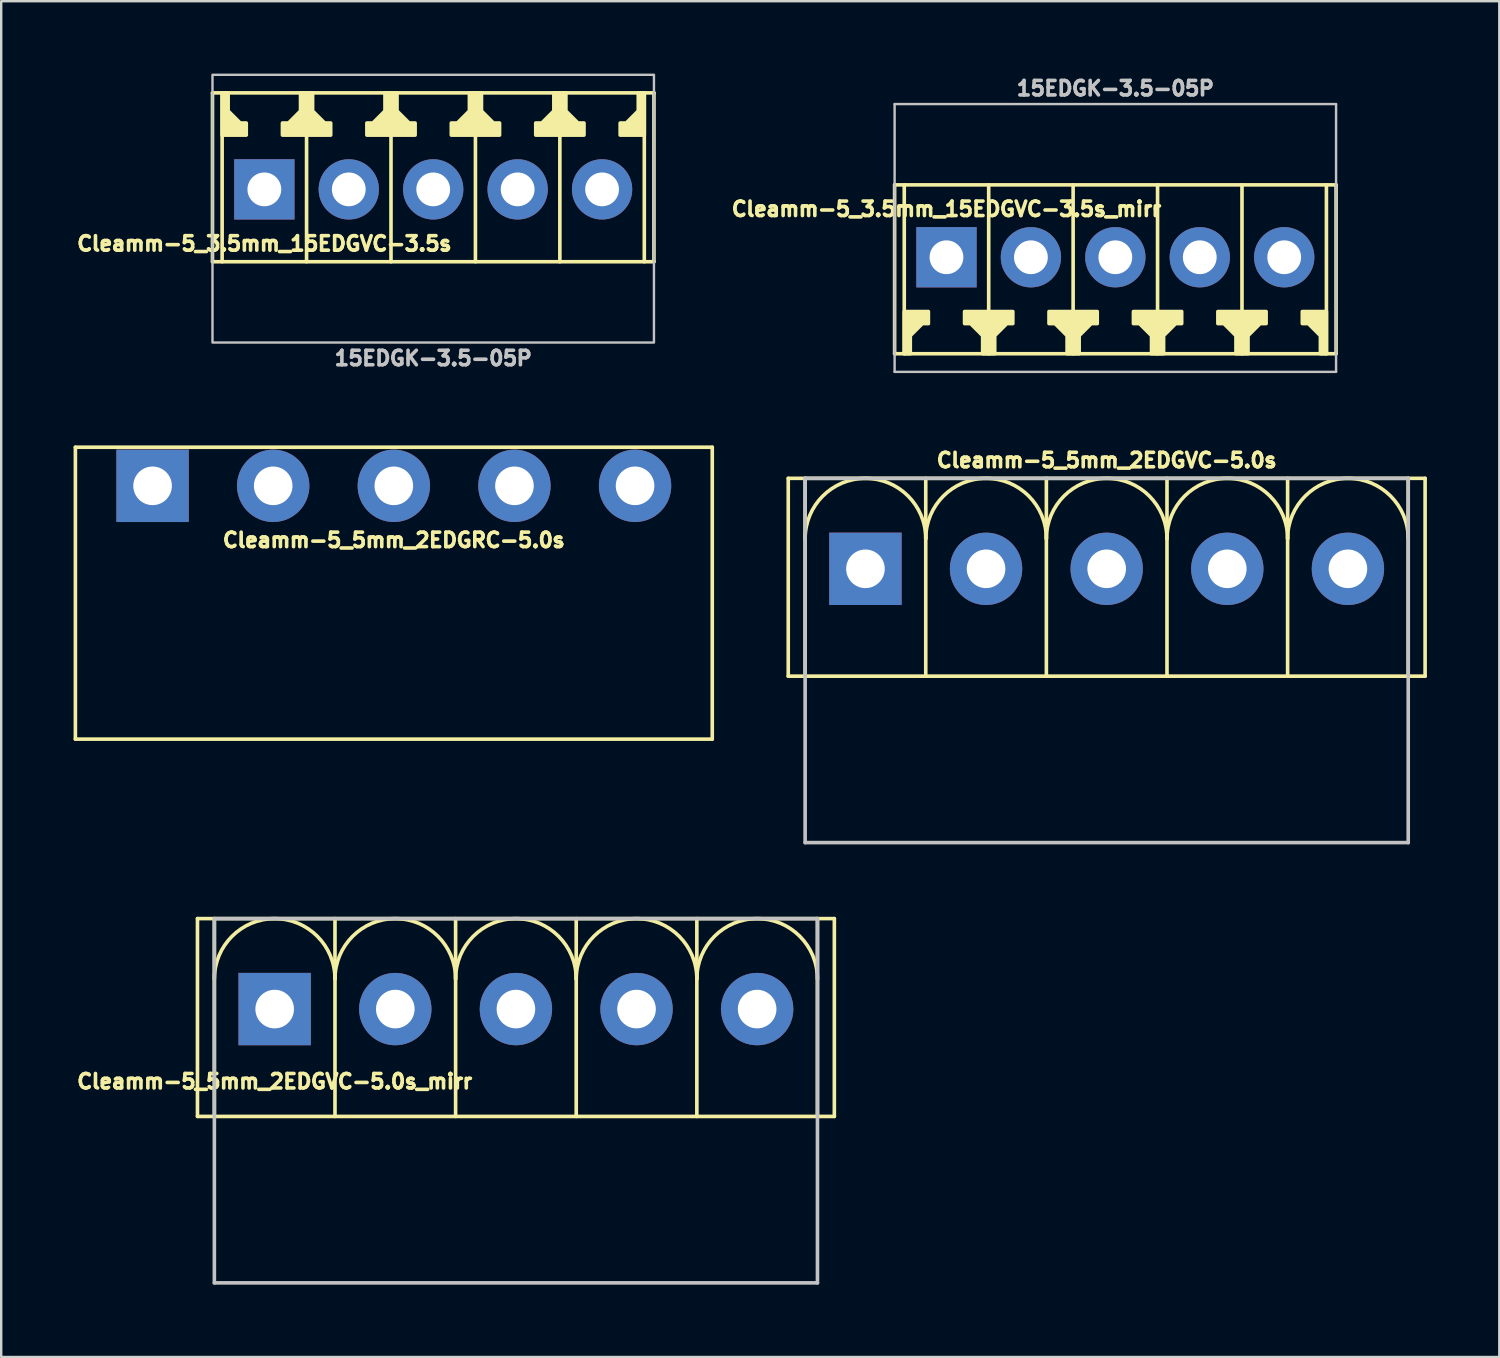
<source format=kicad_pcb>
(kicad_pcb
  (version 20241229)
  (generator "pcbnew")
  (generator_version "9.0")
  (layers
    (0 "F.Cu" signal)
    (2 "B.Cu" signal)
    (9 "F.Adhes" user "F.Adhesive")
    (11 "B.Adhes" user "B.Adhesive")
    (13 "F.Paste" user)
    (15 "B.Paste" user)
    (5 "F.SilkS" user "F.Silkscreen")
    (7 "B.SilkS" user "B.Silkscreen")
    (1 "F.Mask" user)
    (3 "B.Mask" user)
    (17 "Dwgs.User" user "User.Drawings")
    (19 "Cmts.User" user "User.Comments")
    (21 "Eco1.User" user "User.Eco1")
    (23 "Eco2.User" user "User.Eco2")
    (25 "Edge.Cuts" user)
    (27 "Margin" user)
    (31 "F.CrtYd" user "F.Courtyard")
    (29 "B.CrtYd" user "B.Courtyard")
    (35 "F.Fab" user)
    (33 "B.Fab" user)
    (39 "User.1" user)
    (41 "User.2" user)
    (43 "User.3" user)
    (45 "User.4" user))
  (footprint "Cleamm-5_5mm_2EDGRC-5.0s"
    (layer "F.Cu")
    (at 13.275 17.089)
    (property "Reference" "Cleamm-5_5mm_2EDGRC-5.0s" (at 0 2.25 180) (layer "F.SilkS") (effects (font (size 0.6 0.6) (thickness 0.15))))
    (attr through_hole)
    (fp_line (start -13.2 -1.6) (end -13.2 10.5) (stroke (width 0.15) (type solid)) (layer "F.SilkS"))
    (fp_line (start 13.2 -1.6) (end -13.2 -1.6) (stroke (width 0.15) (type solid)) (layer "F.SilkS"))
    (fp_line (start 13.2 -1.6) (end 13.2 10.5) (stroke (width 0.15) (type solid)) (layer "F.SilkS"))
    (fp_line (start 13.2 10.5) (end -13.2 10.5) (stroke (width 0.15) (type solid)) (layer "F.SilkS"))
    (pad "1" thru_hole rect (at -10 0) (size 3 3) (drill 1.6) (layers "*.Cu" "*.Mask"))
    (pad "2" thru_hole circle (at -5 0) (size 3 3) (drill 1.6) (layers "*.Cu" "*.Mask"))
    (pad "3" thru_hole circle (at 0 0) (size 3 3) (drill 1.6) (layers "*.Cu" "*.Mask"))
    (pad "4" thru_hole circle (at 5 0) (size 3 3) (drill 1.6) (layers "*.Cu" "*.Mask"))
    (pad "5" thru_hole circle (at 10 0) (size 3 3) (drill 1.6) (layers "*.Cu" "*.Mask")))
  (footprint "Cleamm-5_3.5mm_15EDGVC-3.5s"
    (layer "F.Cu")
    (at 14.908 4.8)
    (property "Reference" "Cleamm-5_3.5mm_15EDGVC-3.5s" (at -7 2.25 0) (layer "F.SilkS") (effects (font (size 0.6 0.6) (thickness 0.15))))
    (attr through_hole)
    (fp_line (start -9.15 -4) (end 9.15 -4) (stroke (width 0.15) (type default)) (layer "F.SilkS"))
    (fp_line (start -9.15 3) (end -9.15 -4) (stroke (width 0.15) (type default)) (layer "F.SilkS"))
    (fp_line (start -9.15 3) (end 9.15 3) (stroke (width 0.15) (type default)) (layer "F.SilkS"))
    (fp_line (start -8.75 -4) (end -8.75 3) (stroke (width 0.15) (type solid)) (layer "F.SilkS"))
    (fp_line (start -5.25 -4) (end -5.25 3) (stroke (width 0.15) (type solid)) (layer "F.SilkS"))
    (fp_line (start -1.75 3) (end -1.75 -4) (stroke (width 0.15) (type solid)) (layer "F.SilkS"))
    (fp_line (start 1.75 3) (end 1.75 -4) (stroke (width 0.15) (type solid)) (layer "F.SilkS"))
    (fp_line (start 5.25 -4) (end 5.25 3) (stroke (width 0.15) (type solid)) (layer "F.SilkS"))
    (fp_line (start 8.75 3) (end 8.75 -4) (stroke (width 0.15) (type solid)) (layer "F.SilkS"))
    (fp_line (start 9.15 -4) (end 9.15 3) (stroke (width 0.15) (type default)) (layer "F.SilkS"))
    (fp_poly (pts (xy -8.75 -2.25) (xy -7.75 -2.25) (xy -7.75 -2.75) (xy -8 -2.75) (xy -8.5 -3.25) (xy -8.5 -4) (xy -8.75 -4)) (stroke (width 0.15) (type solid)) (fill yes) (layer "F.SilkS"))
    (fp_poly (pts (xy 8.75 -2.25) (xy 7.75 -2.25) (xy 7.75 -2.75) (xy 8 -2.75) (xy 8.5 -3.25) (xy 8.5 -4) (xy 8.75 -4)) (stroke (width 0.15) (type solid)) (fill yes) (layer "F.SilkS"))
    (fp_poly (pts (xy -5.5 -4) (xy -5.5 -3.25) (xy -6 -2.75) (xy -6.25 -2.75) (xy -6.25 -2.25) (xy -4.25 -2.25) (xy -4.25 -2.75) (xy -4.5 -2.75) (xy -5 -3.25) (xy -5 -4)) (stroke (width 0.15) (type solid)) (fill yes) (layer "F.SilkS"))
    (fp_poly (pts (xy -2 -4) (xy -2 -3.25) (xy -2.5 -2.75) (xy -2.75 -2.75) (xy -2.75 -2.25) (xy -0.75 -2.25) (xy -0.75 -2.75) (xy -1 -2.75) (xy -1.5 -3.25) (xy -1.5 -4)) (stroke (width 0.15) (type solid)) (fill yes) (layer "F.SilkS"))
    (fp_poly (pts (xy 1.5 -4) (xy 1.5 -3.25) (xy 1 -2.75) (xy 0.75 -2.75) (xy 0.75 -2.25) (xy 2.75 -2.25) (xy 2.75 -2.75) (xy 2.5 -2.75) (xy 2 -3.25) (xy 2 -4)) (stroke (width 0.15) (type solid)) (fill yes) (layer "F.SilkS"))
    (fp_poly (pts (xy 5 -4) (xy 5 -3.25) (xy 4.5 -2.75) (xy 4.25 -2.75) (xy 4.25 -2.25) (xy 6.25 -2.25) (xy 6.25 -2.75) (xy 6 -2.75) (xy 5.5 -3.25) (xy 5.5 -4)) (stroke (width 0.15) (type solid)) (fill yes) (layer "F.SilkS"))
    (fp_rect (start -9.15 6.35) (end 9.15 -4.75) (stroke (width 0.1) (type default)) (fill no) (layer "Dwgs.User"))
    (fp_text user "15EDGK-3.5-05P" (at 0 7 0) (layer "Dwgs.User") (effects (font (size 0.6 0.6) (thickness 0.15))))
    (pad "1" thru_hole rect (at -7 0) (size 2.5 2.5) (drill 1.4) (layers "*.Cu" "*.Mask"))
    (pad "2" thru_hole circle (at -3.5 0) (size 2.5 2.5) (drill 1.4) (layers "*.Cu" "*.Mask"))
    (pad "3" thru_hole circle (at 0 0) (size 2.5 2.5) (drill 1.4) (layers "*.Cu" "*.Mask"))
    (pad "4" thru_hole circle (at 3.5 0) (size 2.5 2.5) (drill 1.4) (layers "*.Cu" "*.Mask"))
    (pad "5" thru_hole circle (at 7 0) (size 2.5 2.5) (drill 1.4) (layers "*.Cu" "*.Mask")))
  (footprint "Cleamm-5_5mm_2EDGVC-5.0s_mirr"
    (layer "F.Cu")
    (at 18.336 38.779)
    (property "Reference" "Cleamm-5_5mm_2EDGVC-5.0s_mirr" (at -10 3 0) (layer "F.SilkS") (effects (font (size 0.6 0.6) (thickness 0.15))))
    (attr through_hole)
    (fp_line (start -13.2 -3.75) (end -13.2 4.45) (stroke (width 0.15) (type solid)) (layer "F.SilkS"))
    (fp_line (start -12.5 -3.75) (end -12.5 4.45) (stroke (width 0.15) (type solid)) (layer "F.SilkS"))
    (fp_line (start -7.5 -3.75) (end -7.5 4.45) (stroke (width 0.15) (type solid)) (layer "F.SilkS"))
    (fp_line (start -2.5 4.45) (end -2.5 -3.75) (stroke (width 0.15) (type solid)) (layer "F.SilkS"))
    (fp_line (start 2.5 -3.75) (end 2.5 4.45) (stroke (width 0.15) (type solid)) (layer "F.SilkS"))
    (fp_line (start 7.5 4.45) (end 7.5 -3.75) (stroke (width 0.15) (type solid)) (layer "F.SilkS"))
    (fp_line (start 12.5 4.45) (end 12.5 -3.75) (stroke (width 0.15) (type solid)) (layer "F.SilkS"))
    (fp_line (start 13.2 -3.75) (end -13.2 -3.75) (stroke (width 0.15) (type solid)) (layer "F.SilkS"))
    (fp_line (start 13.2 -3.75) (end 13.2 4.45) (stroke (width 0.15) (type solid)) (layer "F.SilkS"))
    (fp_line (start 13.2 4.45) (end -13.2 4.45) (stroke (width 0.15) (type solid)) (layer "F.SilkS"))
    (fp_arc (start -12.5 -1.25) (mid -10 -3.75) (end -7.5 -1.25) (stroke (width 0.15) (type solid)) (layer "F.SilkS"))
    (fp_arc (start -7.5 -1.25) (mid -5 -3.75) (end -2.5 -1.25) (stroke (width 0.15) (type solid)) (layer "F.SilkS"))
    (fp_arc (start -2.5 -1.25) (mid 0 -3.75) (end 2.5 -1.25) (stroke (width 0.15) (type solid)) (layer "F.SilkS"))
    (fp_arc (start 2.5 -1.25) (mid 5 -3.75) (end 7.5 -1.25) (stroke (width 0.15) (type solid)) (layer "F.SilkS"))
    (fp_arc (start 7.5 -1.25) (mid 10 -3.75) (end 12.5 -1.25) (stroke (width 0.15) (type solid)) (layer "F.SilkS"))
    (fp_line (start -12.5 -3.75) (end -12.5 11.35) (stroke (width 0.15) (type solid)) (layer "Dwgs.User"))
    (fp_line (start -12.5 -3.75) (end 12.5 -3.75) (stroke (width 0.15) (type solid)) (layer "Dwgs.User"))
    (fp_line (start 12.5 11.35) (end -12.5 11.35) (stroke (width 0.15) (type solid)) (layer "Dwgs.User"))
    (fp_line (start 12.5 11.35) (end 12.5 -3.75) (stroke (width 0.15) (type solid)) (layer "Dwgs.User"))
    (pad "1" thru_hole rect (at -10 0) (size 3 3) (drill 1.6) (layers "*.Cu" "*.Mask"))
    (pad "2" thru_hole circle (at -5 0) (size 3 3) (drill 1.6) (layers "*.Cu" "*.Mask"))
    (pad "3" thru_hole circle (at 0 0) (size 3 3) (drill 1.6) (layers "*.Cu" "*.Mask"))
    (pad "4" thru_hole circle (at 5 0) (size 3 3) (drill 1.6) (layers "*.Cu" "*.Mask"))
    (pad "5" thru_hole circle (at 10 0) (size 3 3) (drill 1.6) (layers "*.Cu" "*.Mask")))
  (footprint "Cleamm-5_3.5mm_15EDGVC-3.5s_mirr"
    (layer "F.Cu")
    (at 43.184 7.614)
    (property "Reference" "Cleamm-5_3.5mm_15EDGVC-3.5s_mirr" (at -7 -2 0) (layer "F.SilkS") (effects (font (size 0.6 0.6) (thickness 0.15))))
    (attr through_hole)
    (fp_line (start -9.15 -3) (end 9.15 -3) (stroke (width 0.15) (type default)) (layer "F.SilkS"))
    (fp_line (start -9.15 4) (end -9.15 -3) (stroke (width 0.15) (type default)) (layer "F.SilkS"))
    (fp_line (start -8.75 -3) (end -8.75 4) (stroke (width 0.15) (type solid)) (layer "F.SilkS"))
    (fp_line (start -5.25 4) (end -5.25 -3) (stroke (width 0.15) (type solid)) (layer "F.SilkS"))
    (fp_line (start -1.75 -3) (end -1.75 4) (stroke (width 0.15) (type solid)) (layer "F.SilkS"))
    (fp_line (start 1.75 -3) (end 1.75 4) (stroke (width 0.15) (type solid)) (layer "F.SilkS"))
    (fp_line (start 5.25 4) (end 5.25 -3) (stroke (width 0.15) (type solid)) (layer "F.SilkS"))
    (fp_line (start 8.75 4) (end 8.75 -3) (stroke (width 0.15) (type solid)) (layer "F.SilkS"))
    (fp_line (start 9.15 -3) (end 9.15 4) (stroke (width 0.15) (type default)) (layer "F.SilkS"))
    (fp_line (start 9.15 4) (end -9.15 4) (stroke (width 0.15) (type default)) (layer "F.SilkS"))
    (fp_poly (pts (xy -8.75 2.25) (xy -7.75 2.25) (xy -7.75 2.75) (xy -8 2.75) (xy -8.5 3.25) (xy -8.5 4) (xy -8.75 4)) (stroke (width 0.15) (type solid)) (fill yes) (layer "F.SilkS"))
    (fp_poly (pts (xy 8.75 2.25) (xy 7.75 2.25) (xy 7.75 2.75) (xy 8 2.75) (xy 8.5 3.25) (xy 8.5 4) (xy 8.75 4)) (stroke (width 0.15) (type solid)) (fill yes) (layer "F.SilkS"))
    (fp_poly (pts (xy -5 4) (xy -5 3.25) (xy -4.5 2.75) (xy -4.25 2.75) (xy -4.25 2.25) (xy -6.25 2.25) (xy -6.25 2.75) (xy -6 2.75) (xy -5.5 3.25) (xy -5.5 4)) (stroke (width 0.15) (type solid)) (fill yes) (layer "F.SilkS"))
    (fp_poly (pts (xy -1.5 4) (xy -1.5 3.25) (xy -1 2.75) (xy -0.75 2.75) (xy -0.75 2.25) (xy -2.75 2.25) (xy -2.75 2.75) (xy -2.5 2.75) (xy -2 3.25) (xy -2 4)) (stroke (width 0.15) (type solid)) (fill yes) (layer "F.SilkS"))
    (fp_poly (pts (xy 2 4) (xy 2 3.25) (xy 2.5 2.75) (xy 2.75 2.75) (xy 2.75 2.25) (xy 0.75 2.25) (xy 0.75 2.75) (xy 1 2.75) (xy 1.5 3.25) (xy 1.5 4)) (stroke (width 0.15) (type solid)) (fill yes) (layer "F.SilkS"))
    (fp_poly (pts (xy 5.5 4) (xy 5.5 3.25) (xy 6 2.75) (xy 6.25 2.75) (xy 6.25 2.25) (xy 4.25 2.25) (xy 4.25 2.75) (xy 4.5 2.75) (xy 5 3.25) (xy 5 4)) (stroke (width 0.15) (type solid)) (fill yes) (layer "F.SilkS"))
    (fp_line (start -9.15 -6.35) (end -9.15 4.75) (stroke (width 0.1) (type default)) (layer "Dwgs.User"))
    (fp_line (start -9.15 4.75) (end 9.15 4.75) (stroke (width 0.1) (type default)) (layer "Dwgs.User"))
    (fp_line (start 9.15 -6.35) (end -9.15 -6.35) (stroke (width 0.1) (type default)) (layer "Dwgs.User"))
    (fp_line (start 9.15 4.75) (end 9.15 -6.35) (stroke (width 0.1) (type default)) (layer "Dwgs.User"))
    (fp_text user "15EDGK-3.5-05P" (at 0 -7 0) (layer "Dwgs.User") (effects (font (size 0.6 0.6) (thickness 0.15))))
    (pad "1" thru_hole rect (at -7 0) (size 2.5 2.5) (drill 1.4) (layers "*.Cu" "*.Mask"))
    (pad "2" thru_hole circle (at -3.5 0) (size 2.5 2.5) (drill 1.4) (layers "*.Cu" "*.Mask"))
    (pad "3" thru_hole circle (at 0 0) (size 2.5 2.5) (drill 1.4) (layers "*.Cu" "*.Mask"))
    (pad "4" thru_hole circle (at 3.5 0) (size 2.5 2.5) (drill 1.4) (layers "*.Cu" "*.Mask"))
    (pad "5" thru_hole circle (at 7 0) (size 2.5 2.5) (drill 1.4) (layers "*.Cu" "*.Mask")))
  (footprint "Cleamm-5_5mm_2EDGVC-5.0s"
    (layer "F.Cu")
    (at 42.825 20.529)
    (property "Reference" "Cleamm-5_5mm_2EDGVC-5.0s" (at 0 -4.5 0) (layer "F.SilkS") (effects (font (size 0.6 0.6) (thickness 0.15))))
    (attr through_hole)
    (fp_line (start -13.2 -3.75) (end -13.2 4.45) (stroke (width 0.15) (type solid)) (layer "F.SilkS"))
    (fp_line (start -12.5 -3.75) (end -12.5 4.45) (stroke (width 0.15) (type solid)) (layer "F.SilkS"))
    (fp_line (start -7.5 -3.75) (end -7.5 4.45) (stroke (width 0.15) (type solid)) (layer "F.SilkS"))
    (fp_line (start -2.5 4.45) (end -2.5 -3.75) (stroke (width 0.15) (type solid)) (layer "F.SilkS"))
    (fp_line (start 2.5 -3.75) (end 2.5 4.45) (stroke (width 0.15) (type solid)) (layer "F.SilkS"))
    (fp_line (start 7.5 4.45) (end 7.5 -3.75) (stroke (width 0.15) (type solid)) (layer "F.SilkS"))
    (fp_line (start 12.5 4.45) (end 12.5 -3.75) (stroke (width 0.15) (type solid)) (layer "F.SilkS"))
    (fp_line (start 13.2 -3.75) (end -13.2 -3.75) (stroke (width 0.15) (type solid)) (layer "F.SilkS"))
    (fp_line (start 13.2 -3.75) (end 13.2 4.45) (stroke (width 0.15) (type solid)) (layer "F.SilkS"))
    (fp_line (start 13.2 4.45) (end -13.2 4.45) (stroke (width 0.15) (type solid)) (layer "F.SilkS"))
    (fp_arc (start -12.5 -1.25) (mid -10 -3.75) (end -7.5 -1.25) (stroke (width 0.15) (type solid)) (layer "F.SilkS"))
    (fp_arc (start -7.5 -1.25) (mid -5 -3.75) (end -2.5 -1.25) (stroke (width 0.15) (type solid)) (layer "F.SilkS"))
    (fp_arc (start -2.5 -1.25) (mid 0 -3.75) (end 2.5 -1.25) (stroke (width 0.15) (type solid)) (layer "F.SilkS"))
    (fp_arc (start 2.5 -1.25) (mid 5 -3.75) (end 7.5 -1.25) (stroke (width 0.15) (type solid)) (layer "F.SilkS"))
    (fp_arc (start 7.5 -1.25) (mid 10 -3.75) (end 12.5 -1.25) (stroke (width 0.15) (type solid)) (layer "F.SilkS"))
    (fp_line (start -12.5 -3.75) (end -12.5 11.35) (stroke (width 0.15) (type solid)) (layer "Dwgs.User"))
    (fp_line (start -12.5 -3.75) (end 12.5 -3.75) (stroke (width 0.15) (type solid)) (layer "Dwgs.User"))
    (fp_line (start 12.5 11.35) (end -12.5 11.35) (stroke (width 0.15) (type solid)) (layer "Dwgs.User"))
    (fp_line (start 12.5 11.35) (end 12.5 -3.75) (stroke (width 0.15) (type solid)) (layer "Dwgs.User"))
    (pad "1" thru_hole rect (at -10 0) (size 3 3) (drill 1.6) (layers "*.Cu" "*.Mask"))
    (pad "2" thru_hole circle (at -5 0) (size 3 3) (drill 1.6) (layers "*.Cu" "*.Mask"))
    (pad "3" thru_hole circle (at 0 0) (size 3 3) (drill 1.6) (layers "*.Cu" "*.Mask"))
    (pad "4" thru_hole circle (at 5 0) (size 3 3) (drill 1.6) (layers "*.Cu" "*.Mask"))
    (pad "5" thru_hole circle (at 10 0) (size 3 3) (drill 1.6) (layers "*.Cu" "*.Mask")))
  (gr_rect
    (start -3 -3)
    (end 59.1 53.203)
    (stroke (width 0.1) (type default))
    (fill no)
    (layer "Edge.Cuts")))
</source>
